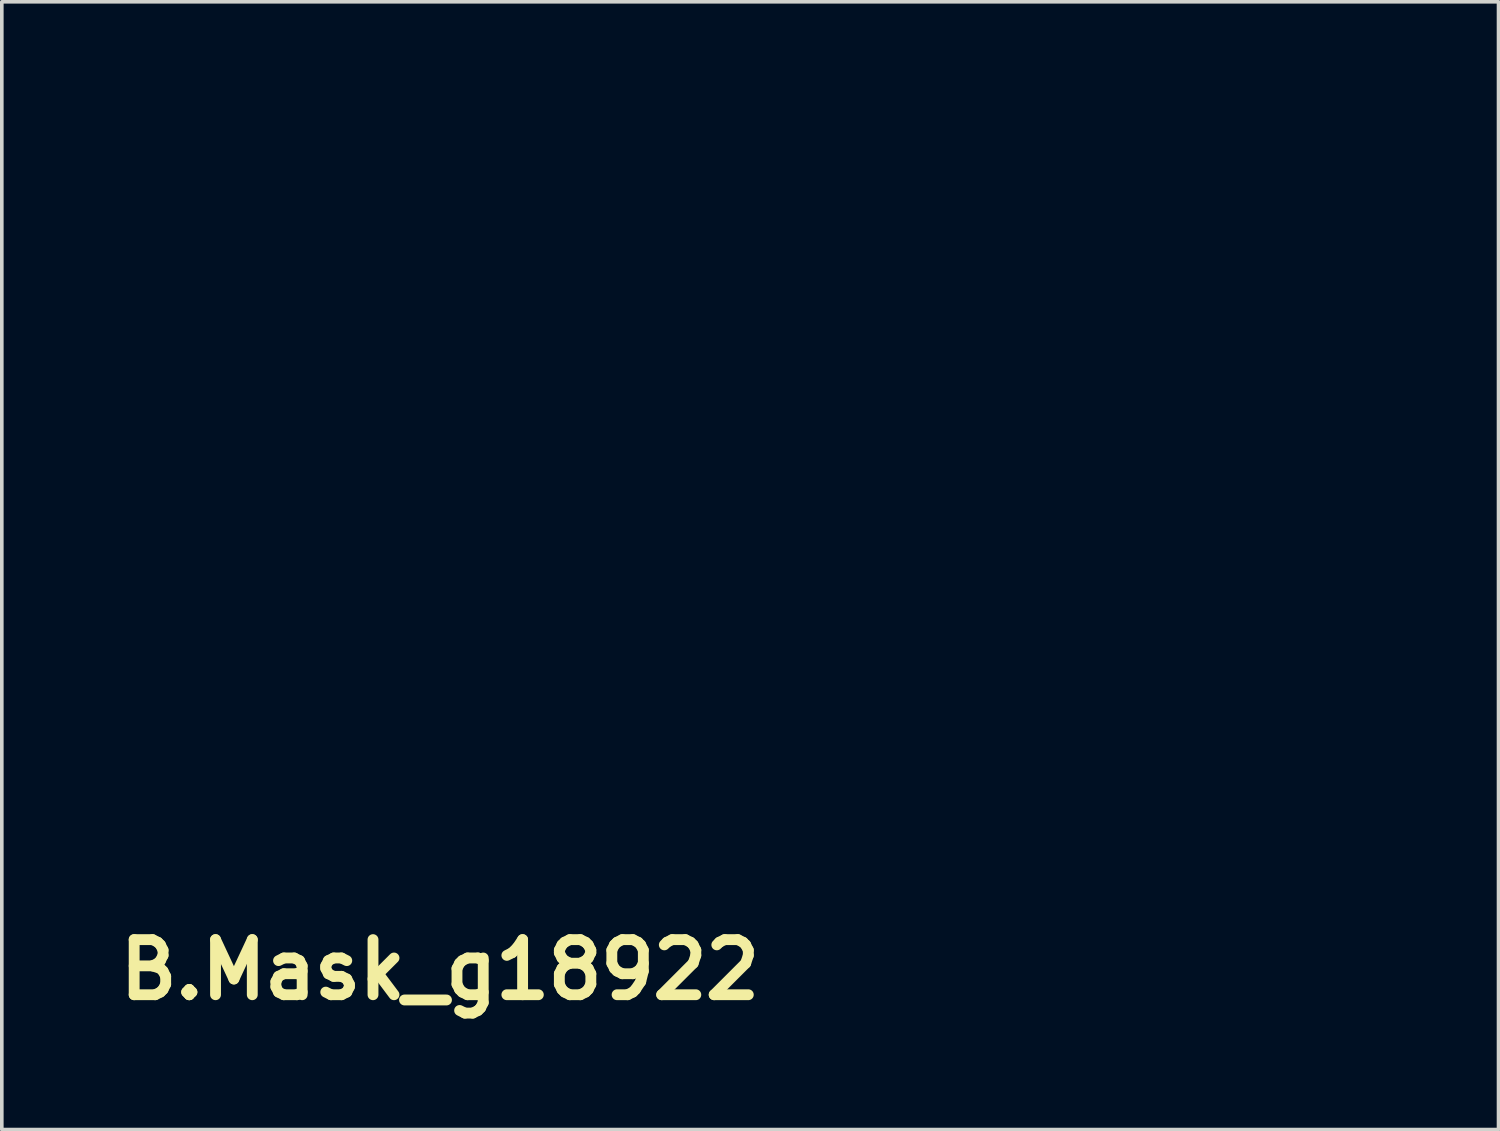
<source format=kicad_pcb>
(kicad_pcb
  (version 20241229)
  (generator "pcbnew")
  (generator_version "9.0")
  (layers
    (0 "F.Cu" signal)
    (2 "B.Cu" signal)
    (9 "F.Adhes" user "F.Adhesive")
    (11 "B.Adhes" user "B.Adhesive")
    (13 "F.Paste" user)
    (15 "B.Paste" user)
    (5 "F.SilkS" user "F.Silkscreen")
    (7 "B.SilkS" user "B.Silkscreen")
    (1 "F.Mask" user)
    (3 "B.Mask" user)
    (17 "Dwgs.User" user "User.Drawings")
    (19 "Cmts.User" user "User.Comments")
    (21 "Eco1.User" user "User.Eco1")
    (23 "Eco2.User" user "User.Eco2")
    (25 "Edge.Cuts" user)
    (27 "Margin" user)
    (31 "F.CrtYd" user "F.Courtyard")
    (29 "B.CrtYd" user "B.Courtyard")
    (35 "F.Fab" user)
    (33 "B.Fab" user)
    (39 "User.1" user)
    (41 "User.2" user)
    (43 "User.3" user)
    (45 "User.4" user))
  (footprint "B.Mask_g18922"
    (layer "F.Cu")
    (at 9.115 23.767)
    (property "Reference" "B.Mask_g18922" (at 0 0 0) (layer "F.SilkS") (effects (font (size 1.524 1.524) (thickness 0.3))))
    (attr through_hole)
    (fp_poly (pts (xy 22.195 -23.76) (xy 22.858 -23.671) (xy 23.449 -23.505) (xy 23.871 -23.303) (xy 24.236 -23.018) (xy 24.629 -22.61) (xy 25.027 -22.116) (xy 25.403 -21.572) (xy 25.731 -21.016) (xy 25.986 -20.484) (xy 26.129 -20.066) (xy 26.214 -19.594) (xy 26.259 -18.989) (xy 26.267 -18.457) (xy 26.262 -17.987) (xy 26.245 -17.638) (xy 26.209 -17.363) (xy 26.148 -17.116) (xy 26.055 -16.848) (xy 26.044 -16.817) (xy 25.657 -15.978) (xy 25.18 -15.277) (xy 24.603 -14.7) (xy 23.915 -14.235) (xy 23.68 -14.113) (xy 23.04 -13.801) (xy 21.87 -13.81) (xy 21.405 -13.819) (xy 20.965 -13.836) (xy 20.597 -13.86) (xy 20.346 -13.888) (xy 20.32 -13.893) (xy 20.069 -13.965) (xy 19.728 -14.093) (xy 19.358 -14.255) (xy 19.225 -14.319) (xy 18.541 -14.739) (xy 17.903 -15.29) (xy 17.351 -15.934) (xy 17.103 -16.308) (xy 16.964 -16.548) (xy 16.878 -16.74) (xy 16.832 -16.938) (xy 16.816 -17.194) (xy 16.816 -17.56) (xy 16.817 -17.609) (xy 16.821 -17.687) (xy 21.921 -17.687) (xy 22.021 -17.374) (xy 22.176 -17.181) (xy 22.468 -16.98) (xy 22.783 -16.946) (xy 23.127 -17.076) (xy 23.207 -17.127) (xy 23.443 -17.375) (xy 23.575 -17.703) (xy 23.601 -18.063) (xy 23.522 -18.406) (xy 23.337 -18.684) (xy 23.237 -18.764) (xy 22.982 -18.842) (xy 22.696 -18.761) (xy 22.375 -18.517) (xy 22.226 -18.363) (xy 21.989 -18.016) (xy 21.921 -17.687) (xy 16.821 -17.687) (xy 16.842 -18.105) (xy 16.901 -18.684) (xy 16.985 -19.3) (xy 17.088 -19.907) (xy 17.203 -20.459) (xy 17.321 -20.91) (xy 17.377 -21.078) (xy 17.507 -21.36) (xy 17.694 -21.64) (xy 17.969 -21.957) (xy 18.195 -22.188) (xy 18.895 -22.802) (xy 19.611 -23.257) (xy 20.366 -23.564) (xy 21.181 -23.733) (xy 21.505 -23.762) (xy 22.195 -23.76)) (stroke (width 0.01) (type solid)) (fill yes) (layer "B.Mask"))
    (fp_poly (pts (xy 1.607 -22.654) (xy 2.342 -22.606) (xy 3.034 -22.522) (xy 3.643 -22.404) (xy 3.884 -22.339) (xy 4.723 -22.011) (xy 5.517 -21.561) (xy 6.238 -21.012) (xy 6.86 -20.384) (xy 7.355 -19.701) (xy 7.555 -19.327) (xy 7.704 -18.93) (xy 7.755 -18.598) (xy 7.707 -18.356) (xy 7.573 -18.232) (xy 7.529 -18.173) (xy 7.555 -18.035) (xy 7.657 -17.794) (xy 7.75 -17.605) (xy 7.909 -17.266) (xy 7.998 -16.993) (xy 8.036 -16.706) (xy 8.042 -16.406) (xy 8.021 -15.993) (xy 7.969 -15.549) (xy 7.912 -15.243) (xy 7.786 -14.829) (xy 7.591 -14.328) (xy 7.352 -13.794) (xy 7.093 -13.28) (xy 6.839 -12.84) (xy 6.765 -12.727) (xy 6.333 -12.173) (xy 5.807 -11.619) (xy 5.245 -11.123) (xy 4.844 -10.83) (xy 4.141 -10.433) (xy 3.348 -10.096) (xy 2.503 -9.829) (xy 1.643 -9.64) (xy 0.804 -9.536) (xy 0.024 -9.526) (xy -0.593 -9.604) (xy -1.56 -9.887) (xy -2.434 -10.304) (xy -2.858 -10.604) (xy -0.387 -10.604) (xy -0.303 -10.59) (xy -0.194 -10.606) (xy -0.192 -10.634) (xy -0.306 -10.655) (xy -0.355 -10.641) (xy -0.387 -10.604) (xy -2.858 -10.604) (xy -2.978 -10.688) (xy -0.725 -10.688) (xy -0.642 -10.675) (xy -0.532 -10.69) (xy -0.531 -10.719) (xy -0.644 -10.739) (xy -0.693 -10.726) (xy -0.725 -10.688) (xy -2.978 -10.688) (xy -3.149 -10.809) (xy -0.988 -10.809) (xy -0.976 -10.759) (xy -0.931 -10.753) (xy -0.862 -10.784) (xy -0.875 -10.809) (xy -0.975 -10.819) (xy -0.988 -10.809) (xy -3.149 -10.809) (xy -3.205 -10.849) (xy -3.565 -11.186) (xy -3.958 -11.622) (xy -4.29 -12.075) (xy -4.602 -12.602) (xy -4.765 -12.917) (xy -4.975 -13.351) (xy -5.126 -13.719) (xy -3.896 -13.719) (xy -3.849 -13.621) (xy -3.764 -13.483) (xy -3.461 -13.056) (xy -3.09 -12.596) (xy -2.682 -12.136) (xy -2.267 -11.708) (xy -1.875 -11.344) (xy -1.537 -11.078) (xy -1.439 -11.015) (xy -1.233 -10.894) (xy -1.134 -10.846) (xy -1.103 -10.854) (xy -1.101 -10.872) (xy -1.167 -10.93) (xy -1.336 -11.042) (xy -1.46 -11.117) (xy -1.759 -11.333) (xy -2.121 -11.659) (xy -2.517 -12.063) (xy -2.916 -12.513) (xy -3.288 -12.98) (xy -3.379 -13.102) (xy -3.589 -13.383) (xy -3.753 -13.588) (xy -3.859 -13.704) (xy -3.896 -13.719) (xy -5.126 -13.719) (xy -5.131 -13.731) (xy -5.165 -13.843) (xy -3.979 -13.843) (xy -3.937 -13.801) (xy -3.895 -13.843) (xy -3.937 -13.885) (xy -3.979 -13.843) (xy -5.165 -13.843) (xy -5.216 -14.012) (xy -4.064 -14.012) (xy -4.022 -13.97) (xy -3.979 -14.012) (xy -4.022 -14.055) (xy -4.064 -14.012) (xy -5.216 -14.012) (xy -5.241 -14.094) (xy -5.313 -14.48) (xy -5.354 -14.926) (xy -5.367 -15.302) (xy 0.931 -15.302) (xy 0.991 -14.804) (xy 1.18 -14.403) (xy 1.509 -14.075) (xy 1.53 -14.06) (xy 1.942 -13.848) (xy 2.358 -13.801) (xy 2.762 -13.918) (xy 2.887 -13.992) (xy 3.205 -14.299) (xy 3.431 -14.717) (xy 3.545 -15.207) (xy 3.556 -15.411) (xy 3.544 -15.701) (xy 3.493 -15.892) (xy 3.374 -16.056) (xy 3.281 -16.15) (xy 2.911 -16.43) (xy 2.507 -16.569) (xy 2.173 -16.595) (xy 1.717 -16.521) (xy 1.35 -16.312) (xy 1.089 -15.984) (xy 0.95 -15.554) (xy 0.931 -15.302) (xy -5.367 -15.302) (xy -5.373 -15.473) (xy -5.376 -16.002) (xy -5.366 -16.717) (xy -5.33 -17.304) (xy -5.26 -17.802) (xy -5.148 -18.251) (xy -4.986 -18.692) (xy -4.764 -19.163) (xy -4.686 -19.315) (xy -4.205 -20.078) (xy -3.599 -20.787) (xy -2.899 -21.417) (xy -2.136 -21.941) (xy -1.339 -22.334) (xy -0.931 -22.476) (xy -0.44 -22.579) (xy 0.175 -22.642) (xy 0.871 -22.667) (xy 1.607 -22.654)) (stroke (width 0.01) (type solid)) (fill yes) (layer "B.Mask")))
  (gr_rect
    (start -3 -3)
    (end 38.387 28.185)
    (stroke (width 0.1) (type default))
    (fill no)
    (layer "Edge.Cuts")))
</source>
